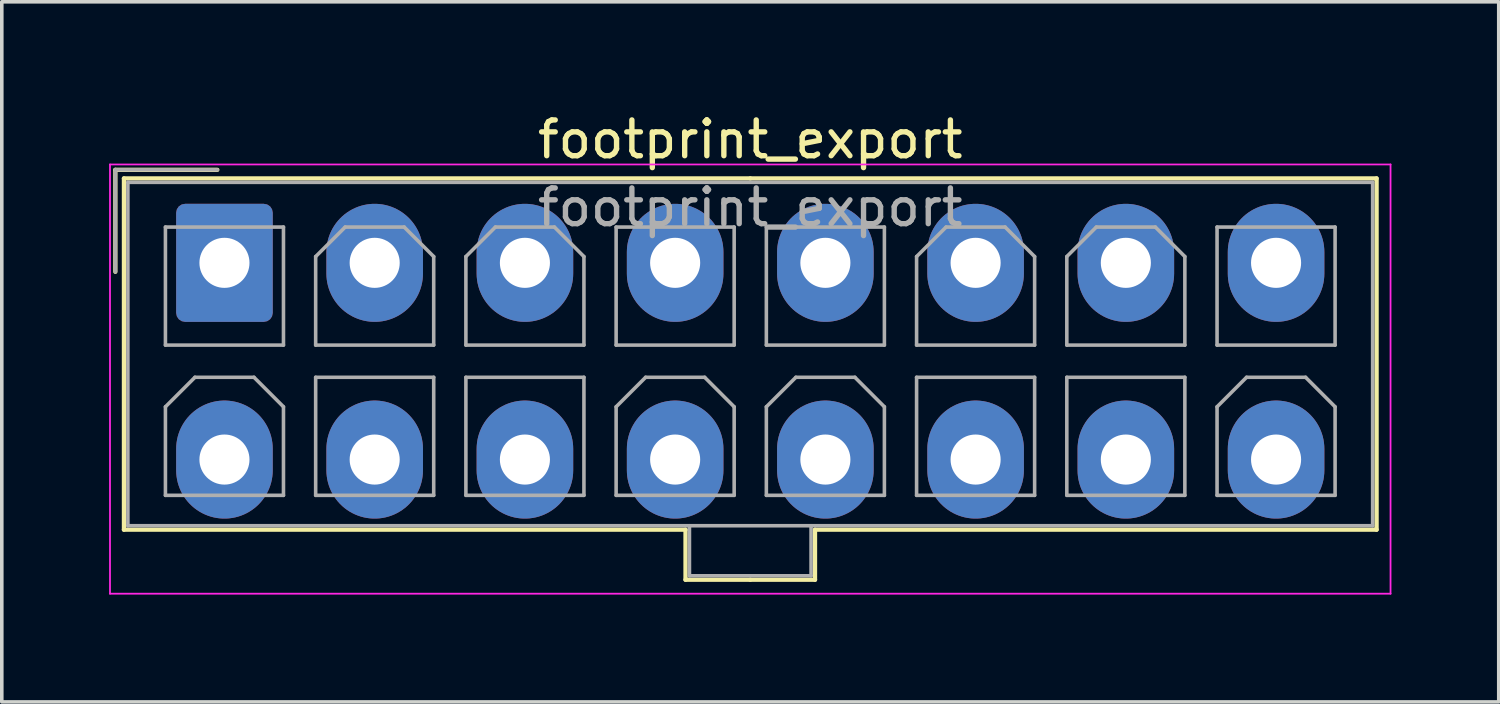
<source format=kicad_pcb>
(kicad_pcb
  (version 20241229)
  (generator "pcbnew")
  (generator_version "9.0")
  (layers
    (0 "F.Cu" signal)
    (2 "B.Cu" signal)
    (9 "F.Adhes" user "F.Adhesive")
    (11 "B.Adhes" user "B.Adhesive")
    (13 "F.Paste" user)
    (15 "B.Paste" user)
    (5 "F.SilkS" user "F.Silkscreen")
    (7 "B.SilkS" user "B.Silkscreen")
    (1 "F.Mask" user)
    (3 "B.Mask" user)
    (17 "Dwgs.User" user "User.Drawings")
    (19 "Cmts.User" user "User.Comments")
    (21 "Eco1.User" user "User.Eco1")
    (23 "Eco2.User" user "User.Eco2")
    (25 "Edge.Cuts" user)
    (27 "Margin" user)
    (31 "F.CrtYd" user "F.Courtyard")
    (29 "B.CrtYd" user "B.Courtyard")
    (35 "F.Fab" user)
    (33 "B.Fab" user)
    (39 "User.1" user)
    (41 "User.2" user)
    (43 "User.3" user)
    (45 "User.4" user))
  (footprint "footprint_export"
    (layer "F.Cu")
    (at 3.225 4.298)
    (property "Reference" "footprint_export" (at 14.7 -3.45 0) (layer "F.SilkS") (effects (font (size 1 1) (thickness 0.15))))
    (attr through_hole)
    (fp_line (start -3.05 -2.6) (end -3.05 0.25) (stroke (width 0.12) (type solid)) (layer "F.SilkS"))
    (fp_line (start -2.81 -2.36) (end -2.81 7.46) (stroke (width 0.12) (type solid)) (layer "F.SilkS"))
    (fp_line (start -2.81 7.46) (end 12.89 7.46) (stroke (width 0.12) (type solid)) (layer "F.SilkS"))
    (fp_line (start -0.2 -2.6) (end -3.05 -2.6) (stroke (width 0.12) (type solid)) (layer "F.SilkS"))
    (fp_line (start 12.89 7.46) (end 12.89 8.86) (stroke (width 0.12) (type solid)) (layer "F.SilkS"))
    (fp_line (start 12.89 8.86) (end 14.7 8.86) (stroke (width 0.12) (type solid)) (layer "F.SilkS"))
    (fp_line (start 14.7 -2.36) (end -2.81 -2.36) (stroke (width 0.12) (type solid)) (layer "F.SilkS"))
    (fp_line (start 14.7 -2.36) (end 32.21 -2.36) (stroke (width 0.12) (type solid)) (layer "F.SilkS"))
    (fp_line (start 16.51 7.46) (end 16.51 8.86) (stroke (width 0.12) (type solid)) (layer "F.SilkS"))
    (fp_line (start 16.51 8.86) (end 14.7 8.86) (stroke (width 0.12) (type solid)) (layer "F.SilkS"))
    (fp_line (start 32.21 -2.36) (end 32.21 7.46) (stroke (width 0.12) (type solid)) (layer "F.SilkS"))
    (fp_line (start 32.21 7.46) (end 16.51 7.46) (stroke (width 0.12) (type solid)) (layer "F.SilkS"))
    (fp_line (start -3.2 -2.75) (end -3.2 9.25) (stroke (width 0.05) (type solid)) (layer "F.CrtYd"))
    (fp_line (start -3.2 9.25) (end 32.6 9.25) (stroke (width 0.05) (type solid)) (layer "F.CrtYd"))
    (fp_line (start 32.6 -2.75) (end -3.2 -2.75) (stroke (width 0.05) (type solid)) (layer "F.CrtYd"))
    (fp_line (start 32.6 9.25) (end 32.6 -2.75) (stroke (width 0.05) (type solid)) (layer "F.CrtYd"))
    (fp_line (start -3.05 -2.6) (end -3.05 0.25) (stroke (width 0.1) (type solid)) (layer "F.Fab"))
    (fp_line (start -2.7 -2.25) (end -2.7 7.35) (stroke (width 0.1) (type solid)) (layer "F.Fab"))
    (fp_line (start -2.7 7.35) (end 32.1 7.35) (stroke (width 0.1) (type solid)) (layer "F.Fab"))
    (fp_line (start -1.65 -1) (end -1.65 2.3) (stroke (width 0.1) (type solid)) (layer "F.Fab"))
    (fp_line (start -1.65 2.3) (end 1.65 2.3) (stroke (width 0.1) (type solid)) (layer "F.Fab"))
    (fp_line (start -1.65 4.025) (end -0.825 3.2) (stroke (width 0.1) (type solid)) (layer "F.Fab"))
    (fp_line (start -1.65 6.5) (end -1.65 4.025) (stroke (width 0.1) (type solid)) (layer "F.Fab"))
    (fp_line (start -0.825 3.2) (end 0.825 3.2) (stroke (width 0.1) (type solid)) (layer "F.Fab"))
    (fp_line (start -0.2 -2.6) (end -3.05 -2.6) (stroke (width 0.1) (type solid)) (layer "F.Fab"))
    (fp_line (start 0.825 3.2) (end 1.65 4.025) (stroke (width 0.1) (type solid)) (layer "F.Fab"))
    (fp_line (start 1.65 -1) (end -1.65 -1) (stroke (width 0.1) (type solid)) (layer "F.Fab"))
    (fp_line (start 1.65 2.3) (end 1.65 -1) (stroke (width 0.1) (type solid)) (layer "F.Fab"))
    (fp_line (start 1.65 4.025) (end 1.65 6.5) (stroke (width 0.1) (type solid)) (layer "F.Fab"))
    (fp_line (start 1.65 6.5) (end -1.65 6.5) (stroke (width 0.1) (type solid)) (layer "F.Fab"))
    (fp_line (start 2.55 -0.175) (end 3.375 -1) (stroke (width 0.1) (type solid)) (layer "F.Fab"))
    (fp_line (start 2.55 2.3) (end 2.55 -0.175) (stroke (width 0.1) (type solid)) (layer "F.Fab"))
    (fp_line (start 2.55 3.2) (end 2.55 6.5) (stroke (width 0.1) (type solid)) (layer "F.Fab"))
    (fp_line (start 2.55 6.5) (end 5.85 6.5) (stroke (width 0.1) (type solid)) (layer "F.Fab"))
    (fp_line (start 3.375 -1) (end 5.025 -1) (stroke (width 0.1) (type solid)) (layer "F.Fab"))
    (fp_line (start 5.025 -1) (end 5.85 -0.175) (stroke (width 0.1) (type solid)) (layer "F.Fab"))
    (fp_line (start 5.85 -0.175) (end 5.85 2.3) (stroke (width 0.1) (type solid)) (layer "F.Fab"))
    (fp_line (start 5.85 2.3) (end 2.55 2.3) (stroke (width 0.1) (type solid)) (layer "F.Fab"))
    (fp_line (start 5.85 3.2) (end 2.55 3.2) (stroke (width 0.1) (type solid)) (layer "F.Fab"))
    (fp_line (start 5.85 6.5) (end 5.85 3.2) (stroke (width 0.1) (type solid)) (layer "F.Fab"))
    (fp_line (start 6.75 -0.175) (end 7.575 -1) (stroke (width 0.1) (type solid)) (layer "F.Fab"))
    (fp_line (start 6.75 2.3) (end 6.75 -0.175) (stroke (width 0.1) (type solid)) (layer "F.Fab"))
    (fp_line (start 6.75 3.2) (end 6.75 6.5) (stroke (width 0.1) (type solid)) (layer "F.Fab"))
    (fp_line (start 6.75 6.5) (end 10.05 6.5) (stroke (width 0.1) (type solid)) (layer "F.Fab"))
    (fp_line (start 7.575 -1) (end 9.225 -1) (stroke (width 0.1) (type solid)) (layer "F.Fab"))
    (fp_line (start 9.225 -1) (end 10.05 -0.175) (stroke (width 0.1) (type solid)) (layer "F.Fab"))
    (fp_line (start 10.05 -0.175) (end 10.05 2.3) (stroke (width 0.1) (type solid)) (layer "F.Fab"))
    (fp_line (start 10.05 2.3) (end 6.75 2.3) (stroke (width 0.1) (type solid)) (layer "F.Fab"))
    (fp_line (start 10.05 3.2) (end 6.75 3.2) (stroke (width 0.1) (type solid)) (layer "F.Fab"))
    (fp_line (start 10.05 6.5) (end 10.05 3.2) (stroke (width 0.1) (type solid)) (layer "F.Fab"))
    (fp_line (start 10.95 -1) (end 10.95 2.3) (stroke (width 0.1) (type solid)) (layer "F.Fab"))
    (fp_line (start 10.95 2.3) (end 14.25 2.3) (stroke (width 0.1) (type solid)) (layer "F.Fab"))
    (fp_line (start 10.95 4.025) (end 11.775 3.2) (stroke (width 0.1) (type solid)) (layer "F.Fab"))
    (fp_line (start 10.95 6.5) (end 10.95 4.025) (stroke (width 0.1) (type solid)) (layer "F.Fab"))
    (fp_line (start 11.775 3.2) (end 13.425 3.2) (stroke (width 0.1) (type solid)) (layer "F.Fab"))
    (fp_line (start 13 7.35) (end 13 8.75) (stroke (width 0.1) (type solid)) (layer "F.Fab"))
    (fp_line (start 13 8.75) (end 16.4 8.75) (stroke (width 0.1) (type solid)) (layer "F.Fab"))
    (fp_line (start 13.425 3.2) (end 14.25 4.025) (stroke (width 0.1) (type solid)) (layer "F.Fab"))
    (fp_line (start 14.25 -1) (end 10.95 -1) (stroke (width 0.1) (type solid)) (layer "F.Fab"))
    (fp_line (start 14.25 2.3) (end 14.25 -1) (stroke (width 0.1) (type solid)) (layer "F.Fab"))
    (fp_line (start 14.25 4.025) (end 14.25 6.5) (stroke (width 0.1) (type solid)) (layer "F.Fab"))
    (fp_line (start 14.25 6.5) (end 10.95 6.5) (stroke (width 0.1) (type solid)) (layer "F.Fab"))
    (fp_line (start 15.15 -1) (end 15.15 2.3) (stroke (width 0.1) (type solid)) (layer "F.Fab"))
    (fp_line (start 15.15 2.3) (end 18.45 2.3) (stroke (width 0.1) (type solid)) (layer "F.Fab"))
    (fp_line (start 15.15 4.025) (end 15.975 3.2) (stroke (width 0.1) (type solid)) (layer "F.Fab"))
    (fp_line (start 15.15 6.5) (end 15.15 4.025) (stroke (width 0.1) (type solid)) (layer "F.Fab"))
    (fp_line (start 15.975 3.2) (end 17.625 3.2) (stroke (width 0.1) (type solid)) (layer "F.Fab"))
    (fp_line (start 16.4 8.75) (end 16.4 7.35) (stroke (width 0.1) (type solid)) (layer "F.Fab"))
    (fp_line (start 17.625 3.2) (end 18.45 4.025) (stroke (width 0.1) (type solid)) (layer "F.Fab"))
    (fp_line (start 18.45 -1) (end 15.15 -1) (stroke (width 0.1) (type solid)) (layer "F.Fab"))
    (fp_line (start 18.45 2.3) (end 18.45 -1) (stroke (width 0.1) (type solid)) (layer "F.Fab"))
    (fp_line (start 18.45 4.025) (end 18.45 6.5) (stroke (width 0.1) (type solid)) (layer "F.Fab"))
    (fp_line (start 18.45 6.5) (end 15.15 6.5) (stroke (width 0.1) (type solid)) (layer "F.Fab"))
    (fp_line (start 19.35 -0.175) (end 20.175 -1) (stroke (width 0.1) (type solid)) (layer "F.Fab"))
    (fp_line (start 19.35 2.3) (end 19.35 -0.175) (stroke (width 0.1) (type solid)) (layer "F.Fab"))
    (fp_line (start 19.35 3.2) (end 19.35 6.5) (stroke (width 0.1) (type solid)) (layer "F.Fab"))
    (fp_line (start 19.35 6.5) (end 22.65 6.5) (stroke (width 0.1) (type solid)) (layer "F.Fab"))
    (fp_line (start 20.175 -1) (end 21.825 -1) (stroke (width 0.1) (type solid)) (layer "F.Fab"))
    (fp_line (start 21.825 -1) (end 22.65 -0.175) (stroke (width 0.1) (type solid)) (layer "F.Fab"))
    (fp_line (start 22.65 -0.175) (end 22.65 2.3) (stroke (width 0.1) (type solid)) (layer "F.Fab"))
    (fp_line (start 22.65 2.3) (end 19.35 2.3) (stroke (width 0.1) (type solid)) (layer "F.Fab"))
    (fp_line (start 22.65 3.2) (end 19.35 3.2) (stroke (width 0.1) (type solid)) (layer "F.Fab"))
    (fp_line (start 22.65 6.5) (end 22.65 3.2) (stroke (width 0.1) (type solid)) (layer "F.Fab"))
    (fp_line (start 23.55 -0.175) (end 24.375 -1) (stroke (width 0.1) (type solid)) (layer "F.Fab"))
    (fp_line (start 23.55 2.3) (end 23.55 -0.175) (stroke (width 0.1) (type solid)) (layer "F.Fab"))
    (fp_line (start 23.55 3.2) (end 23.55 6.5) (stroke (width 0.1) (type solid)) (layer "F.Fab"))
    (fp_line (start 23.55 6.5) (end 26.85 6.5) (stroke (width 0.1) (type solid)) (layer "F.Fab"))
    (fp_line (start 24.375 -1) (end 26.025 -1) (stroke (width 0.1) (type solid)) (layer "F.Fab"))
    (fp_line (start 26.025 -1) (end 26.85 -0.175) (stroke (width 0.1) (type solid)) (layer "F.Fab"))
    (fp_line (start 26.85 -0.175) (end 26.85 2.3) (stroke (width 0.1) (type solid)) (layer "F.Fab"))
    (fp_line (start 26.85 2.3) (end 23.55 2.3) (stroke (width 0.1) (type solid)) (layer "F.Fab"))
    (fp_line (start 26.85 3.2) (end 23.55 3.2) (stroke (width 0.1) (type solid)) (layer "F.Fab"))
    (fp_line (start 26.85 6.5) (end 26.85 3.2) (stroke (width 0.1) (type solid)) (layer "F.Fab"))
    (fp_line (start 27.75 -1) (end 27.75 2.3) (stroke (width 0.1) (type solid)) (layer "F.Fab"))
    (fp_line (start 27.75 2.3) (end 31.05 2.3) (stroke (width 0.1) (type solid)) (layer "F.Fab"))
    (fp_line (start 27.75 4.025) (end 28.575 3.2) (stroke (width 0.1) (type solid)) (layer "F.Fab"))
    (fp_line (start 27.75 6.5) (end 27.75 4.025) (stroke (width 0.1) (type solid)) (layer "F.Fab"))
    (fp_line (start 28.575 3.2) (end 30.225 3.2) (stroke (width 0.1) (type solid)) (layer "F.Fab"))
    (fp_line (start 30.225 3.2) (end 31.05 4.025) (stroke (width 0.1) (type solid)) (layer "F.Fab"))
    (fp_line (start 31.05 -1) (end 27.75 -1) (stroke (width 0.1) (type solid)) (layer "F.Fab"))
    (fp_line (start 31.05 2.3) (end 31.05 -1) (stroke (width 0.1) (type solid)) (layer "F.Fab"))
    (fp_line (start 31.05 4.025) (end 31.05 6.5) (stroke (width 0.1) (type solid)) (layer "F.Fab"))
    (fp_line (start 31.05 6.5) (end 27.75 6.5) (stroke (width 0.1) (type solid)) (layer "F.Fab"))
    (fp_line (start 32.1 -2.25) (end -2.7 -2.25) (stroke (width 0.1) (type solid)) (layer "F.Fab"))
    (fp_line (start 32.1 7.35) (end 32.1 -2.25) (stroke (width 0.1) (type solid)) (layer "F.Fab"))
    (fp_text user "${REFERENCE}" (at 14.7 -1.55 0) (layer "F.Fab") (effects (font (size 1 1) (thickness 0.15))))
    (pad "1" thru_hole roundrect (at 0 0) (size 2.7 3.3) (drill 1.4) (layers "*.Cu" "*.Mask") (roundrect_rratio 0.093))
    (pad "2" thru_hole oval (at 4.2 0) (size 2.7 3.3) (drill 1.4) (layers "*.Cu" "*.Mask"))
    (pad "3" thru_hole oval (at 8.4 0) (size 2.7 3.3) (drill 1.4) (layers "*.Cu" "*.Mask"))
    (pad "4" thru_hole oval (at 12.6 0) (size 2.7 3.3) (drill 1.4) (layers "*.Cu" "*.Mask"))
    (pad "5" thru_hole oval (at 16.8 0) (size 2.7 3.3) (drill 1.4) (layers "*.Cu" "*.Mask"))
    (pad "6" thru_hole oval (at 21 0) (size 2.7 3.3) (drill 1.4) (layers "*.Cu" "*.Mask"))
    (pad "7" thru_hole oval (at 25.2 0) (size 2.7 3.3) (drill 1.4) (layers "*.Cu" "*.Mask"))
    (pad "8" thru_hole oval (at 29.4 0) (size 2.7 3.3) (drill 1.4) (layers "*.Cu" "*.Mask"))
    (pad "9" thru_hole oval (at 0 5.5) (size 2.7 3.3) (drill 1.4) (layers "*.Cu" "*.Mask"))
    (pad "10" thru_hole oval (at 4.2 5.5) (size 2.7 3.3) (drill 1.4) (layers "*.Cu" "*.Mask"))
    (pad "11" thru_hole oval (at 8.4 5.5) (size 2.7 3.3) (drill 1.4) (layers "*.Cu" "*.Mask"))
    (pad "12" thru_hole oval (at 12.6 5.5) (size 2.7 3.3) (drill 1.4) (layers "*.Cu" "*.Mask"))
    (pad "13" thru_hole oval (at 16.8 5.5) (size 2.7 3.3) (drill 1.4) (layers "*.Cu" "*.Mask"))
    (pad "14" thru_hole oval (at 21 5.5) (size 2.7 3.3) (drill 1.4) (layers "*.Cu" "*.Mask"))
    (pad "15" thru_hole oval (at 25.2 5.5) (size 2.7 3.3) (drill 1.4) (layers "*.Cu" "*.Mask"))
    (pad "16" thru_hole oval (at 29.4 5.5) (size 2.7 3.3) (drill 1.4) (layers "*.Cu" "*.Mask")))
  (gr_rect
    (start -3 -3)
    (end 38.85 16.573)
    (stroke (width 0.1) (type default))
    (fill no)
    (layer "Edge.Cuts")))
</source>
